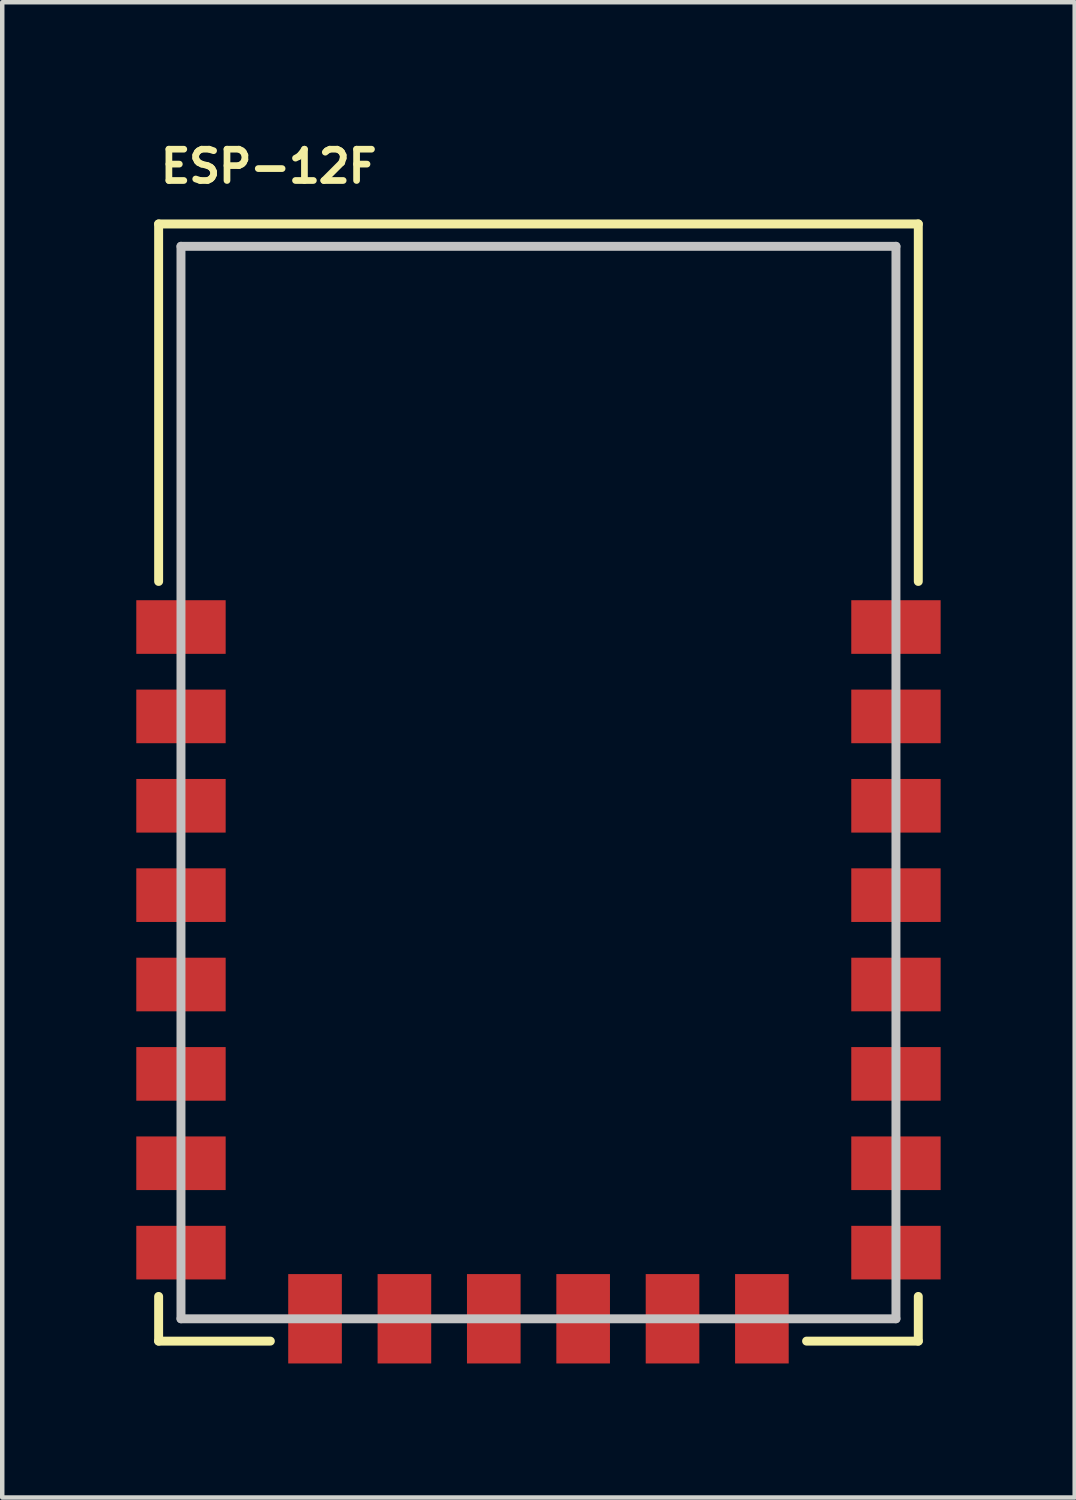
<source format=kicad_pcb>
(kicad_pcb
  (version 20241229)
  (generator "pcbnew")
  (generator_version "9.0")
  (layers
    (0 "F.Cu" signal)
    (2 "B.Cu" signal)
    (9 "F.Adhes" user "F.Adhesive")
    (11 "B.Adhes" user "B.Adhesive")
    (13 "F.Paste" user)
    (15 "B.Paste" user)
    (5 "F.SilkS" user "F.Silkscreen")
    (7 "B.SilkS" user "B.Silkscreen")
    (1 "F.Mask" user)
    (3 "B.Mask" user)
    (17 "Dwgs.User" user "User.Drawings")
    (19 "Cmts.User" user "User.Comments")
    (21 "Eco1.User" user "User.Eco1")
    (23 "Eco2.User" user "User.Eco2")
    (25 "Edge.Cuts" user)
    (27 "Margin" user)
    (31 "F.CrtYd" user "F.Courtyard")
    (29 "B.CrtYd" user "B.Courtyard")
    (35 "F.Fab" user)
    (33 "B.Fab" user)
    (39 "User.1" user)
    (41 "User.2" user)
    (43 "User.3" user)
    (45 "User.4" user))
  (footprint "ESP-12F"
    (layer "F.Cu")
    (at 9 14.462)
    (property "Reference" "ESP-12F" (at -6.037 -13.789 0) (layer "F.SilkS") (effects (font (size 0.7 0.7) (thickness 0.15))))
    (attr through_hole)
    (fp_line (start -8.5 -12.5) (end -8.5 -4.5) (stroke (width 0.2) (type solid)) (layer "F.SilkS"))
    (fp_line (start -8.5 -12.5) (end 8.5 -12.5) (stroke (width 0.2) (type solid)) (layer "F.SilkS"))
    (fp_line (start -8.5 11.5) (end -8.5 12.5) (stroke (width 0.2) (type solid)) (layer "F.SilkS"))
    (fp_line (start -8.5 12.5) (end -6 12.5) (stroke (width 0.2) (type solid)) (layer "F.SilkS"))
    (fp_line (start 8.5 -12.5) (end 8.5 -4.5) (stroke (width 0.2) (type solid)) (layer "F.SilkS"))
    (fp_line (start 8.5 12.5) (end 6 12.5) (stroke (width 0.2) (type solid)) (layer "F.SilkS"))
    (fp_line (start 8.5 12.5) (end 8.5 11.5) (stroke (width 0.2) (type solid)) (layer "F.SilkS"))
    (fp_line (start -8 -12) (end 8 -12) (stroke (width 0.2) (type solid)) (layer "Dwgs.User"))
    (fp_line (start -8 12) (end -8 -12) (stroke (width 0.2) (type solid)) (layer "Dwgs.User"))
    (fp_line (start 8 -12) (end 8 12) (stroke (width 0.2) (type solid)) (layer "Dwgs.User"))
    (fp_line (start 8 12) (end -8 12) (stroke (width 0.2) (type solid)) (layer "Dwgs.User"))
    (pad "1" smd rect (at -8 -3.48) (size 2 1.2) (layers "F.Cu" "F.Mask" "F.Paste"))
    (pad "2" smd rect (at -8 -1.48) (size 2 1.2) (layers "F.Cu" "F.Mask" "F.Paste"))
    (pad "3" smd rect (at -8 0.52) (size 2 1.2) (layers "F.Cu" "F.Mask" "F.Paste"))
    (pad "4" smd rect (at -8 2.52) (size 2 1.2) (layers "F.Cu" "F.Mask" "F.Paste"))
    (pad "5" smd rect (at -8 4.52) (size 2 1.2) (layers "F.Cu" "F.Mask" "F.Paste"))
    (pad "6" smd rect (at -8 6.52) (size 2 1.2) (layers "F.Cu" "F.Mask" "F.Paste"))
    (pad "7" smd rect (at -8 8.52) (size 2 1.2) (layers "F.Cu" "F.Mask" "F.Paste"))
    (pad "8" smd rect (at -8 10.52) (size 2 1.2) (layers "F.Cu" "F.Mask" "F.Paste"))
    (pad "9" smd rect (at -5 12 90) (size 2 1.2) (layers "F.Cu" "F.Mask" "F.Paste"))
    (pad "10" smd rect (at -3 12 90) (size 2 1.2) (layers "F.Cu" "F.Mask" "F.Paste"))
    (pad "11" smd rect (at -1 12 90) (size 2 1.2) (layers "F.Cu" "F.Mask" "F.Paste"))
    (pad "12" smd rect (at 1 12 90) (size 2 1.2) (layers "F.Cu" "F.Mask" "F.Paste"))
    (pad "13" smd rect (at 3 12 90) (size 2 1.2) (layers "F.Cu" "F.Mask" "F.Paste"))
    (pad "14" smd rect (at 5 12 90) (size 2 1.2) (layers "F.Cu" "F.Mask" "F.Paste"))
    (pad "15" smd rect (at 8 10.52) (size 2 1.2) (layers "F.Cu" "F.Mask" "F.Paste"))
    (pad "16" smd rect (at 8 8.52) (size 2 1.2) (layers "F.Cu" "F.Mask" "F.Paste"))
    (pad "17" smd rect (at 8 6.52) (size 2 1.2) (layers "F.Cu" "F.Mask" "F.Paste"))
    (pad "18" smd rect (at 8 4.52) (size 2 1.2) (layers "F.Cu" "F.Mask" "F.Paste"))
    (pad "19" smd rect (at 8 2.52) (size 2 1.2) (layers "F.Cu" "F.Mask" "F.Paste"))
    (pad "20" smd rect (at 8 0.52) (size 2 1.2) (layers "F.Cu" "F.Mask" "F.Paste"))
    (pad "21" smd rect (at 8 -1.48) (size 2 1.2) (layers "F.Cu" "F.Mask" "F.Paste"))
    (pad "22" smd rect (at 8 -3.48) (size 2 1.2) (layers "F.Cu" "F.Mask" "F.Paste")))
  (gr_rect
    (start -3 -3)
    (end 21 30.462)
    (stroke (width 0.1) (type default))
    (fill no)
    (layer "Edge.Cuts")))
</source>
